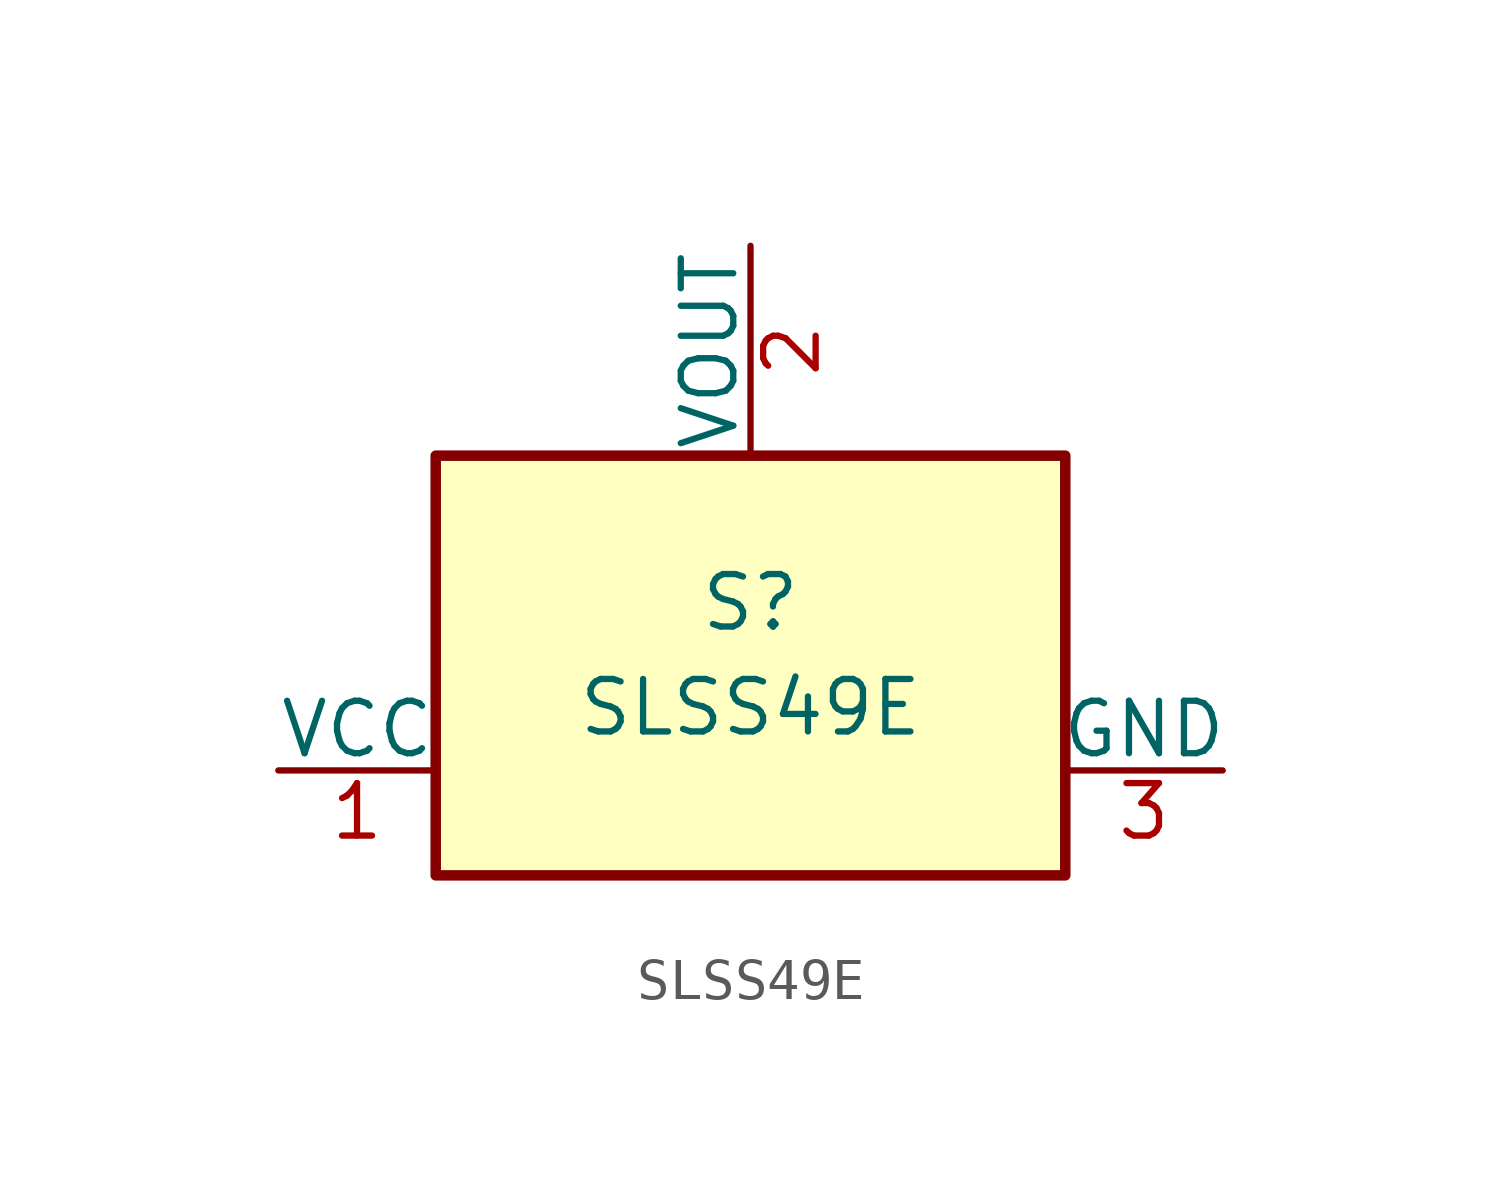
<source format=kicad_sym>
(kicad_symbol_lib
  (version 20231120)
  (generator "kicad_symbol_editor")
  (generator_version "8.0")
  (symbol "SLSS49E"
    (pin_names
      (offset 0))
    (property "Reference" "S"
      (at 0 1.524 0)
      (effects (font (size 1.27 1.27))))
    (property "Value" "SLSS49E"
      (at 0 -1.016 0)
      (effects (font (size 1.27 1.27))))
    (symbol "SLSS49E_0_1"
      (rectangle (start -7.62 5.08) (end 7.62 -5.08) (stroke (width 0.254) (type default)) (fill (type background))))
    (symbol "SLSS49E_1_1"
      (pin power_in line (at -11.43 -2.54 0) (length 3.81) (name "VCC" (effects (font (size 1.27 1.27)))) (number "1" (effects (font (size 1.27 1.27)))))
      (pin output line (at 0 10.16 270) (length 5.08) (name "VOUT" (effects (font (size 1.27 1.27)))) (number "2" (effects (font (size 1.27 1.27)))))
      (pin power_in line (at 11.43 -2.54 180) (length 3.81) (name "GND" (effects (font (size 1.27 1.27)))) (number "3" (effects (font (size 1.27 1.27))))))))
</source>
